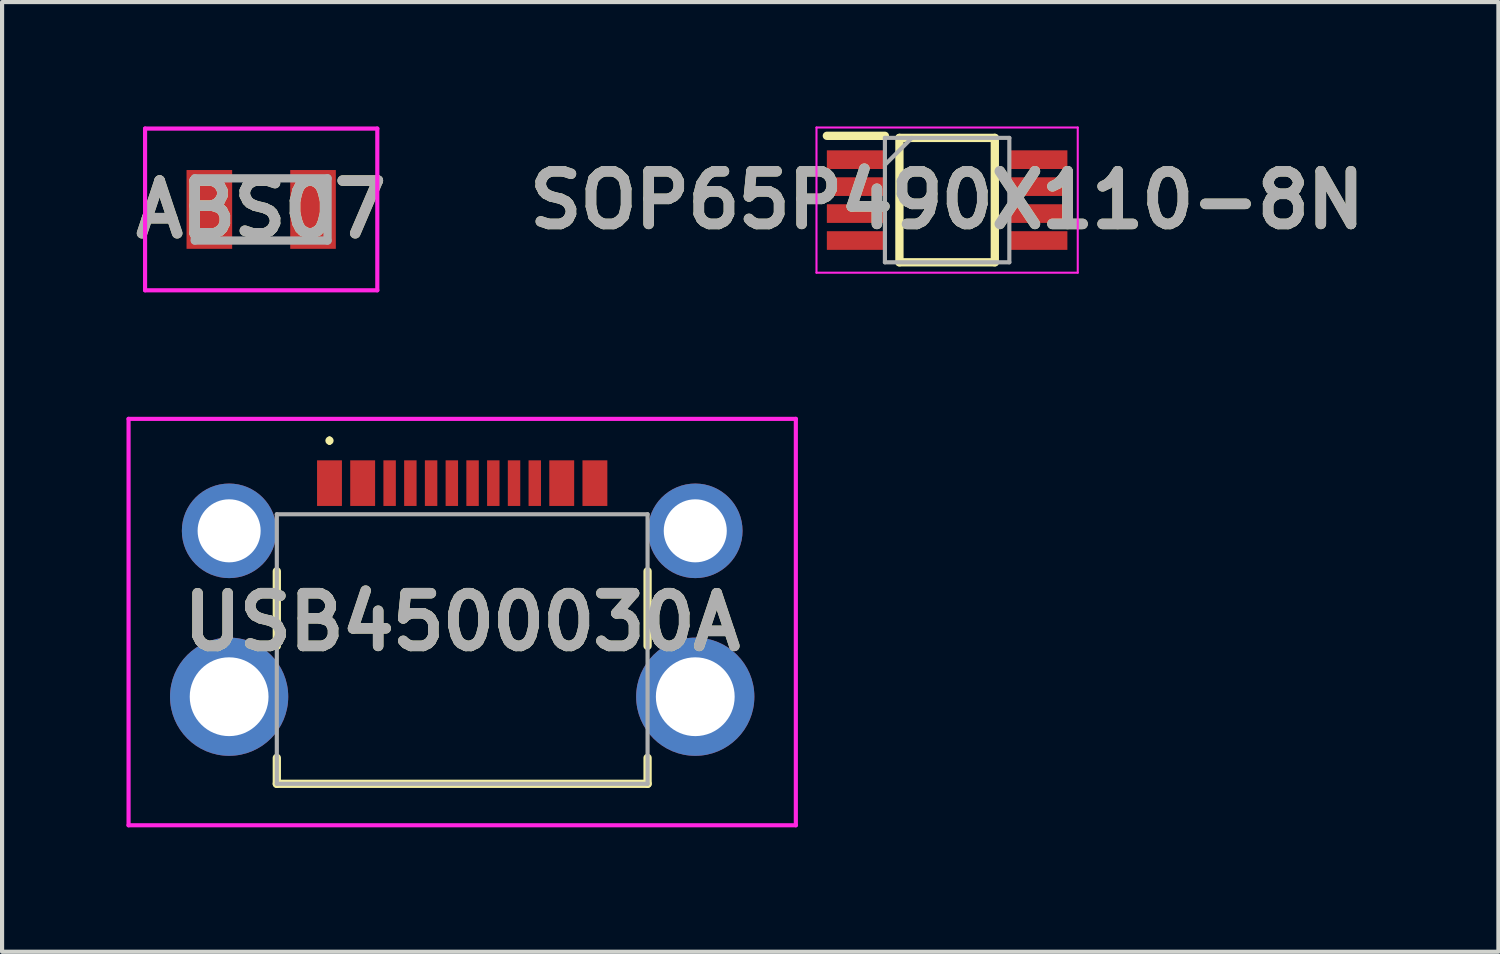
<source format=kicad_pcb>
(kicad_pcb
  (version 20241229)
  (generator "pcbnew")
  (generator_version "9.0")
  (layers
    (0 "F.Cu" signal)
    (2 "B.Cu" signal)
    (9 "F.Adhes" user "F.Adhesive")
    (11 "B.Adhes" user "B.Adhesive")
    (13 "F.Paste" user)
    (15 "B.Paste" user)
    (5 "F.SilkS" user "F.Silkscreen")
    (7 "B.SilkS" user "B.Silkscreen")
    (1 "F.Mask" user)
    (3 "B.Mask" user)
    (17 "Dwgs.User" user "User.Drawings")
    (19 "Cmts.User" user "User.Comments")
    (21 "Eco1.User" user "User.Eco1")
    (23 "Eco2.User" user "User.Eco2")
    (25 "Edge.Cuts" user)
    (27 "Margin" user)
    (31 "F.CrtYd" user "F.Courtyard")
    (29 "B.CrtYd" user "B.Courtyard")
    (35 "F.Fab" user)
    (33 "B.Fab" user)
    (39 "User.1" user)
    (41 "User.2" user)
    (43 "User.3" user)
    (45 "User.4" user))
  (footprint "USB4500030A"
    (layer "F.Cu")
    (at 8.095 12.6)
    (property "Reference" "USB4500030A" (at 0 -0.65 0) (layer "F.SilkS") (effects (font (size 1.27 1.27) (thickness 0.254))))
    (attr through_hole)
    (fp_line (start -4.47 -1.875) (end -4.47 -0.075) (stroke (width 0.2) (type solid)) (layer "F.SilkS"))
    (fp_line (start -4.47 2.625) (end -4.47 3.25) (stroke (width 0.2) (type solid)) (layer "F.SilkS"))
    (fp_line (start -4.47 3.25) (end 4.47 3.25) (stroke (width 0.2) (type solid)) (layer "F.SilkS"))
    (fp_line (start -3.2 -5.075) (end -3.2 -5.075) (stroke (width 0.1) (type solid)) (layer "F.SilkS"))
    (fp_line (start -3.2 -4.975) (end -3.2 -4.975) (stroke (width 0.1) (type solid)) (layer "F.SilkS"))
    (fp_line (start 4.47 -1.875) (end 4.47 -0.075) (stroke (width 0.2) (type solid)) (layer "F.SilkS"))
    (fp_line (start 4.47 3.25) (end 4.47 2.625) (stroke (width 0.2) (type solid)) (layer "F.SilkS"))
    (fp_arc (start -3.2 -5.075) (mid -3.15 -5.025) (end -3.2 -4.975) (stroke (width 0.1) (type solid)) (layer "F.SilkS"))
    (fp_arc (start -3.2 -4.975) (mid -3.25 -5.025) (end -3.2 -5.075) (stroke (width 0.1) (type solid)) (layer "F.SilkS"))
    (fp_line (start -8.045 -5.55) (end 8.045 -5.55) (stroke (width 0.1) (type solid)) (layer "F.CrtYd"))
    (fp_line (start -8.045 4.25) (end -8.045 -5.55) (stroke (width 0.1) (type solid)) (layer "F.CrtYd"))
    (fp_line (start 8.045 -5.55) (end 8.045 4.25) (stroke (width 0.1) (type solid)) (layer "F.CrtYd"))
    (fp_line (start 8.045 4.25) (end -8.045 4.25) (stroke (width 0.1) (type solid)) (layer "F.CrtYd"))
    (fp_line (start -4.47 -3.25) (end 4.47 -3.25) (stroke (width 0.1) (type solid)) (layer "F.Fab"))
    (fp_line (start -4.47 3.25) (end -4.47 -3.25) (stroke (width 0.1) (type solid)) (layer "F.Fab"))
    (fp_line (start 4.47 -3.25) (end 4.47 3.25) (stroke (width 0.1) (type solid)) (layer "F.Fab"))
    (fp_line (start 4.47 3.25) (end -4.47 3.25) (stroke (width 0.1) (type solid)) (layer "F.Fab"))
    (fp_text user "${REFERENCE}" (at 0 -0.65 0) (layer "F.Fab") (effects (font (size 1.27 1.27) (thickness 0.254))))
    (pad "A1" smd rect (at -3.2 -4) (size 0.6 1.1) (layers "F.Cu" "F.Mask" "F.Paste"))
    (pad "A4" smd rect (at -2.4 -4) (size 0.6 1.1) (layers "F.Cu" "F.Mask" "F.Paste"))
    (pad "A5" smd rect (at -1.25 -4) (size 0.3 1.1) (layers "F.Cu" "F.Mask" "F.Paste"))
    (pad "A6" smd rect (at -0.25 -4) (size 0.3 1.1) (layers "F.Cu" "F.Mask" "F.Paste"))
    (pad "A7" smd rect (at 0.25 -4) (size 0.3 1.1) (layers "F.Cu" "F.Mask" "F.Paste"))
    (pad "A8" smd rect (at 1.25 -4) (size 0.3 1.1) (layers "F.Cu" "F.Mask" "F.Paste"))
    (pad "A9" smd rect (at 2.4 -4) (size 0.6 1.1) (layers "F.Cu" "F.Mask" "F.Paste"))
    (pad "A12" smd rect (at 3.2 -4) (size 0.6 1.1) (layers "F.Cu" "F.Mask" "F.Paste"))
    (pad "B5" smd rect (at 1.75 -4) (size 0.3 1.1) (layers "F.Cu" "F.Mask" "F.Paste"))
    (pad "B6" smd rect (at 0.75 -4) (size 0.3 1.1) (layers "F.Cu" "F.Mask" "F.Paste"))
    (pad "B7" smd rect (at -0.75 -4) (size 0.3 1.1) (layers "F.Cu" "F.Mask" "F.Paste"))
    (pad "B8" smd rect (at -1.75 -4) (size 0.3 1.1) (layers "F.Cu" "F.Mask" "F.Paste"))
    (pad "MH1" thru_hole circle (at -5.62 -2.85) (size 2.28 2.28) (drill 1.52) (layers "*.Cu" "*.Mask"))
    (pad "MH2" thru_hole circle (at 5.62 -2.85) (size 2.28 2.28) (drill 1.52) (layers "*.Cu" "*.Mask"))
    (pad "MH3" thru_hole circle (at -5.62 1.15) (size 2.85 2.85) (drill 1.9) (layers "*.Cu" "*.Mask"))
    (pad "MH4" thru_hole circle (at 5.62 1.15) (size 2.85 2.85) (drill 1.9) (layers "*.Cu" "*.Mask")))
  (footprint "SOP65P490X110-8N"
    (layer "F.Cu")
    (at 19.788 1.775)
    (property "Reference" "SOP65P490X110-8N" (at 0 0 0) (layer "F.SilkS") (effects (font (size 1.27 1.27) (thickness 0.254))))
    (attr smd)
    (fp_line (start -2.9 -1.55) (end -1.5 -1.55) (stroke (width 0.2) (type solid)) (layer "F.SilkS"))
    (fp_line (start -1.15 -1.5) (end 1.15 -1.5) (stroke (width 0.2) (type solid)) (layer "F.SilkS"))
    (fp_line (start -1.15 1.5) (end -1.15 -1.5) (stroke (width 0.2) (type solid)) (layer "F.SilkS"))
    (fp_line (start 1.15 -1.5) (end 1.15 1.5) (stroke (width 0.2) (type solid)) (layer "F.SilkS"))
    (fp_line (start 1.15 1.5) (end -1.15 1.5) (stroke (width 0.2) (type solid)) (layer "F.SilkS"))
    (fp_line (start -3.15 -1.75) (end 3.15 -1.75) (stroke (width 0.05) (type solid)) (layer "F.CrtYd"))
    (fp_line (start -3.15 1.75) (end -3.15 -1.75) (stroke (width 0.05) (type solid)) (layer "F.CrtYd"))
    (fp_line (start 3.15 -1.75) (end 3.15 1.75) (stroke (width 0.05) (type solid)) (layer "F.CrtYd"))
    (fp_line (start 3.15 1.75) (end -3.15 1.75) (stroke (width 0.05) (type solid)) (layer "F.CrtYd"))
    (fp_line (start -1.5 -1.5) (end 1.5 -1.5) (stroke (width 0.1) (type solid)) (layer "F.Fab"))
    (fp_line (start -1.5 -0.85) (end -0.85 -1.5) (stroke (width 0.1) (type solid)) (layer "F.Fab"))
    (fp_line (start -1.5 1.5) (end -1.5 -1.5) (stroke (width 0.1) (type solid)) (layer "F.Fab"))
    (fp_line (start 1.5 -1.5) (end 1.5 1.5) (stroke (width 0.1) (type solid)) (layer "F.Fab"))
    (fp_line (start 1.5 1.5) (end -1.5 1.5) (stroke (width 0.1) (type solid)) (layer "F.Fab"))
    (fp_text user "${REFERENCE}" (at 0 0 0) (layer "F.Fab") (effects (font (size 1.27 1.27) (thickness 0.254))))
    (pad "1" smd rect (at -2.2 -0.975 90) (size 0.45 1.4) (layers "F.Cu" "F.Mask" "F.Paste"))
    (pad "2" smd rect (at -2.2 -0.325 90) (size 0.45 1.4) (layers "F.Cu" "F.Mask" "F.Paste"))
    (pad "3" smd rect (at -2.2 0.325 90) (size 0.45 1.4) (layers "F.Cu" "F.Mask" "F.Paste"))
    (pad "4" smd rect (at -2.2 0.975 90) (size 0.45 1.4) (layers "F.Cu" "F.Mask" "F.Paste"))
    (pad "5" smd rect (at 2.2 0.975 90) (size 0.45 1.4) (layers "F.Cu" "F.Mask" "F.Paste"))
    (pad "6" smd rect (at 2.2 0.325 90) (size 0.45 1.4) (layers "F.Cu" "F.Mask" "F.Paste"))
    (pad "7" smd rect (at 2.2 -0.325 90) (size 0.45 1.4) (layers "F.Cu" "F.Mask" "F.Paste"))
    (pad "8" smd rect (at 2.2 -0.975 90) (size 0.45 1.4) (layers "F.Cu" "F.Mask" "F.Paste")))
  (footprint "ABS07"
    (layer "F.Cu")
    (at 3.248 2)
    (property "Reference" "ABS07" (at 0 0 0) (layer "F.SilkS") (effects (font (size 1.27 1.27) (thickness 0.254))))
    (attr smd)
    (fp_line (start -0.4 -0.75) (end 0.4 -0.75) (stroke (width 0.1) (type solid)) (layer "F.SilkS"))
    (fp_line (start -0.4 0.75) (end 0.4 0.75) (stroke (width 0.1) (type solid)) (layer "F.SilkS"))
    (fp_line (start -2.8 -1.95) (end 2.8 -1.95) (stroke (width 0.1) (type solid)) (layer "F.CrtYd"))
    (fp_line (start -2.8 1.95) (end -2.8 -1.95) (stroke (width 0.1) (type solid)) (layer "F.CrtYd"))
    (fp_line (start 2.8 -1.95) (end 2.8 1.95) (stroke (width 0.1) (type solid)) (layer "F.CrtYd"))
    (fp_line (start 2.8 1.95) (end -2.8 1.95) (stroke (width 0.1) (type solid)) (layer "F.CrtYd"))
    (fp_line (start -1.6 -0.75) (end 1.6 -0.75) (stroke (width 0.2) (type solid)) (layer "F.Fab"))
    (fp_line (start -1.6 0.75) (end -1.6 -0.75) (stroke (width 0.2) (type solid)) (layer "F.Fab"))
    (fp_line (start 1.6 -0.75) (end 1.6 0.75) (stroke (width 0.2) (type solid)) (layer "F.Fab"))
    (fp_line (start 1.6 0.75) (end -1.6 0.75) (stroke (width 0.2) (type solid)) (layer "F.Fab"))
    (fp_text user "${REFERENCE}" (at 0 0 0) (layer "F.Fab") (effects (font (size 1.27 1.27) (thickness 0.254))))
    (pad "1" smd rect (at -1.25 0) (size 1.1 1.9) (layers "F.Cu" "F.Mask" "F.Paste"))
    (pad "2" smd rect (at 1.25 0) (size 1.1 1.9) (layers "F.Cu" "F.Mask" "F.Paste")))
  (gr_rect
    (start -3 -3)
    (end 33.081 19.9)
    (stroke (width 0.1) (type default))
    (fill no)
    (layer "Edge.Cuts")))
</source>
